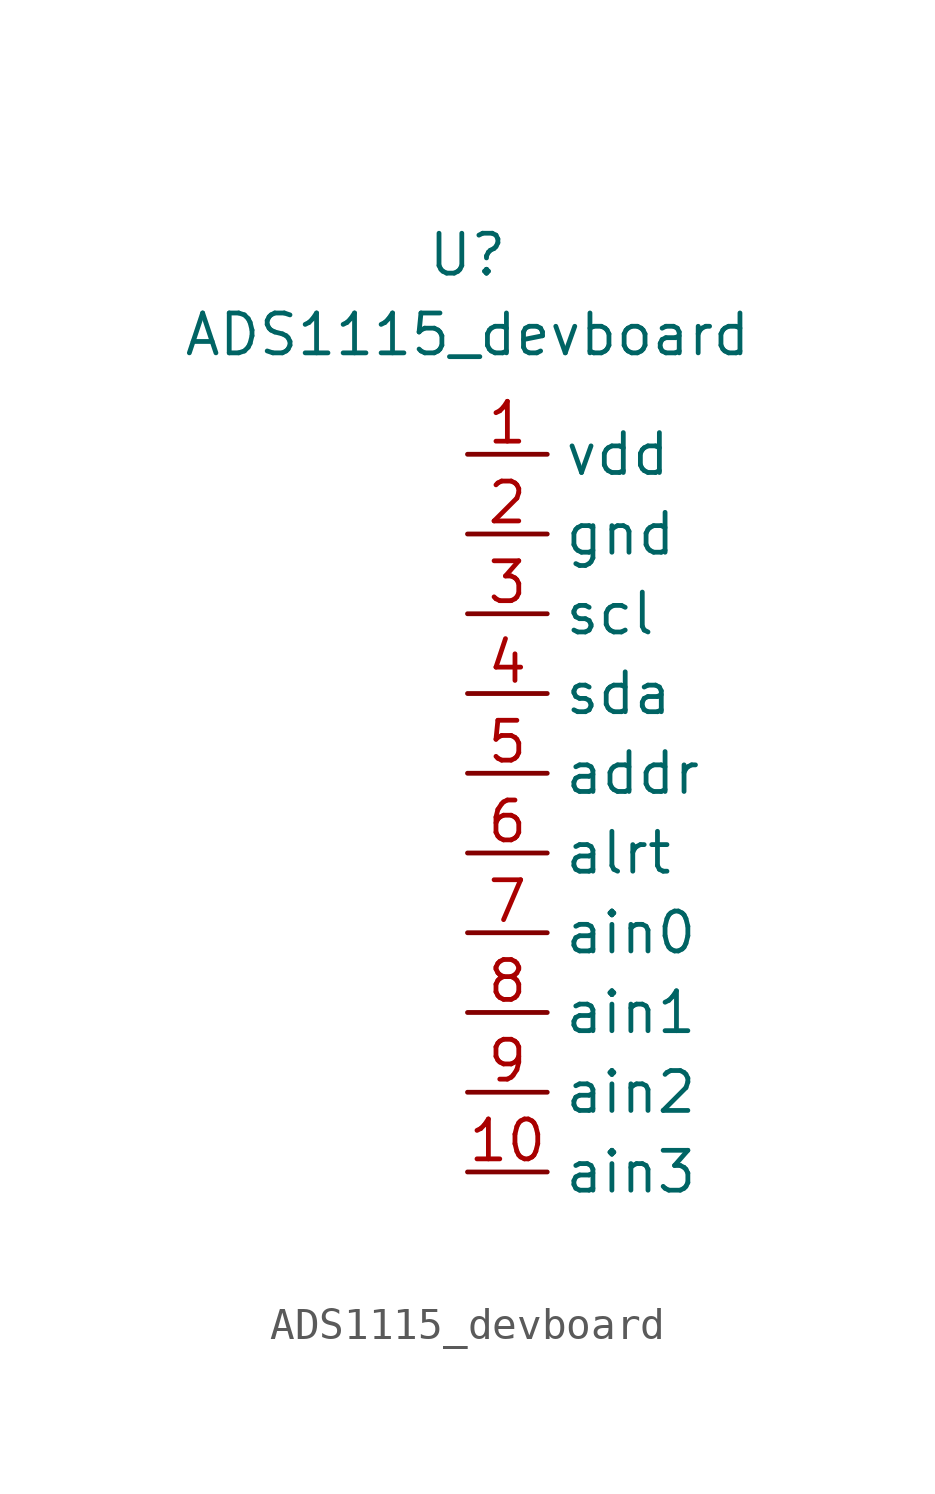
<source format=kicad_sym>
(kicad_symbol_lib
  (version 20211014)
  (generator kicad_symbol_editor)
  (symbol "ADS1115_devboard"
    (property "Reference" "U"
      (at 0 2.54 0)
      (effects (font (size 1.27 1.27))))
    (property "Value" "ADS1115_devboard"
      (at 0 0 0)
      (effects (font (size 1.27 1.27))))
    (symbol "ADS1115_devboard_0_0"
      (pin power_in line (at 0 -3.81 0) (length 2.54) (name "vdd" (effects (font (size 1.27 1.27)))) (number "1" (effects (font (size 1.27 1.27)))))
      (pin input line (at 0 -26.67 0) (length 2.54) (name "ain3" (effects (font (size 1.27 1.27)))) (number "10" (effects (font (size 1.27 1.27)))))
      (pin power_in line (at 0 -6.35 0) (length 2.54) (name "gnd" (effects (font (size 1.27 1.27)))) (number "2" (effects (font (size 1.27 1.27)))))
      (pin bidirectional line (at 0 -8.89 0) (length 2.54) (name "scl" (effects (font (size 1.27 1.27)))) (number "3" (effects (font (size 1.27 1.27)))))
      (pin bidirectional line (at 0 -11.43 0) (length 2.54) (name "sda" (effects (font (size 1.27 1.27)))) (number "4" (effects (font (size 1.27 1.27)))))
      (pin input line (at 0 -13.97 0) (length 2.54) (name "addr" (effects (font (size 1.27 1.27)))) (number "5" (effects (font (size 1.27 1.27)))))
      (pin output line (at 0 -16.51 0) (length 2.54) (name "alrt" (effects (font (size 1.27 1.27)))) (number "6" (effects (font (size 1.27 1.27)))))
      (pin input line (at 0 -19.05 0) (length 2.54) (name "ain0" (effects (font (size 1.27 1.27)))) (number "7" (effects (font (size 1.27 1.27)))))
      (pin input line (at 0 -21.59 0) (length 2.54) (name "ain1" (effects (font (size 1.27 1.27)))) (number "8" (effects (font (size 1.27 1.27)))))
      (pin input line (at 0 -24.13 0) (length 2.54) (name "ain2" (effects (font (size 1.27 1.27)))) (number "9" (effects (font (size 1.27 1.27))))))))
</source>
